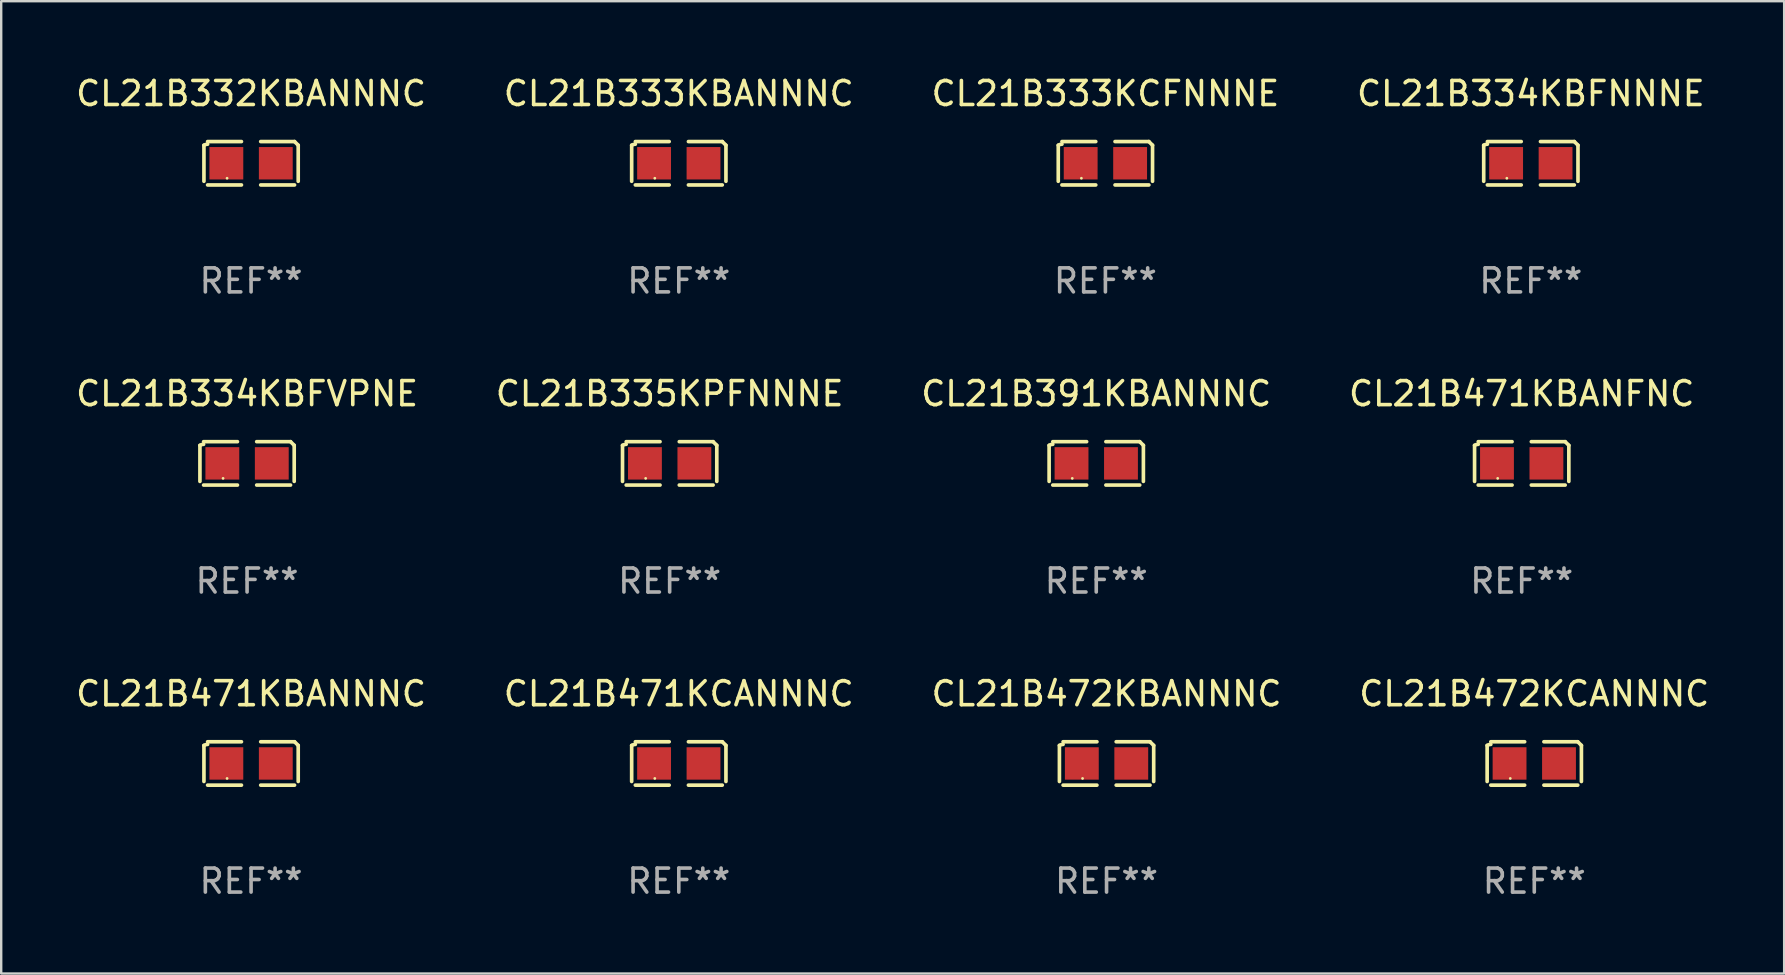
<source format=kicad_pcb>
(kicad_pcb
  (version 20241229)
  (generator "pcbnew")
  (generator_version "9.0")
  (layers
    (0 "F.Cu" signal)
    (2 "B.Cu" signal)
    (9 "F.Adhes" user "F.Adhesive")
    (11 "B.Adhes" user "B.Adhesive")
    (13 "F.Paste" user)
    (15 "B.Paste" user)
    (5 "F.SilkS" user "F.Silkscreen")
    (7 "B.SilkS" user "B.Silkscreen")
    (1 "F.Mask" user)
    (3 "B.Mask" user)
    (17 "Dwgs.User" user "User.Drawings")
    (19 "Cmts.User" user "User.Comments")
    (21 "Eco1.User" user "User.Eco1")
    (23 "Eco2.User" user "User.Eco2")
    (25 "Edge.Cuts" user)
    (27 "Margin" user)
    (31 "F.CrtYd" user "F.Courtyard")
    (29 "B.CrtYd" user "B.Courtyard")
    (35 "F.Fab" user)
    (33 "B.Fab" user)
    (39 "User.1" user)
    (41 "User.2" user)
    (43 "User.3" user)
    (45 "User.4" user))
  (footprint "CL21B471KBANFNC"
    (layer "F.Cu")
    (at 60.351 16.256)
    (property "Reference" "CL21B471KBANFNC" (at 0 -2.904 0) (layer "F.SilkS") (effects (font (size 1 1) (thickness 0.15))))
    (attr through_hole)
    (fp_line (start -1.964 0.751) (end -1.964 -0.751) (stroke (width 0.152) (type solid)) (layer "F.SilkS"))
    (fp_line (start -1.811 -0.904) (end -0.401 -0.904) (stroke (width 0.152) (type solid)) (layer "F.SilkS"))
    (fp_line (start -0.401 0.904) (end -1.811 0.904) (stroke (width 0.152) (type solid)) (layer "F.SilkS"))
    (fp_line (start 0.401 0.904) (end 1.811 0.904) (stroke (width 0.152) (type solid)) (layer "F.SilkS"))
    (fp_line (start 1.811 -0.904) (end 0.401 -0.904) (stroke (width 0.152) (type solid)) (layer "F.SilkS"))
    (fp_line (start 1.964 0.751) (end 1.964 -0.751) (stroke (width 0.152) (type solid)) (layer "F.SilkS"))
    (fp_arc (start -1.963602 -0.751207) (mid -1.890354 -0.783131) (end -1.811201 -0.794044) (stroke (width 0.1524) (type solid)) (layer "F.SilkS"))
    (fp_arc (start 1.811202 -0.903607) (mid 1.887413 -0.827418) (end 1.963602 -0.751207) (stroke (width 0.1524) (type solid)) (layer "F.SilkS"))
    (fp_circle (center -1 0.625) (end -0.97 0.625) (stroke (width 0.06) (type solid)) (fill no) (layer "F.SilkS"))
    (fp_text user "REF**" (at 0 4.904 0) (layer "F.Fab") (effects (font (size 1 1) (thickness 0.15))))
    (pad "1" smd rect (at -1.03 0) (size 1.41 1.35) (layers "F.Cu" "F.Mask" "F.Paste"))
    (pad "2" smd rect (at 1.03 0) (size 1.41 1.35) (layers "F.Cu" "F.Mask" "F.Paste")))
  (footprint "CL21B471KBANNNC"
    (layer "F.Cu")
    (at 7.411 28.759)
    (property "Reference" "CL21B471KBANNNC" (at 0 -2.904 0) (layer "F.SilkS") (effects (font (size 1 1) (thickness 0.15))))
    (attr through_hole)
    (fp_line (start -1.964 0.751) (end -1.964 -0.751) (stroke (width 0.152) (type solid)) (layer "F.SilkS"))
    (fp_line (start -1.811 -0.904) (end -0.401 -0.904) (stroke (width 0.152) (type solid)) (layer "F.SilkS"))
    (fp_line (start -0.401 0.904) (end -1.811 0.904) (stroke (width 0.152) (type solid)) (layer "F.SilkS"))
    (fp_line (start 0.401 0.904) (end 1.811 0.904) (stroke (width 0.152) (type solid)) (layer "F.SilkS"))
    (fp_line (start 1.811 -0.904) (end 0.401 -0.904) (stroke (width 0.152) (type solid)) (layer "F.SilkS"))
    (fp_line (start 1.964 0.751) (end 1.964 -0.751) (stroke (width 0.152) (type solid)) (layer "F.SilkS"))
    (fp_arc (start -1.963602 -0.751207) (mid -1.890354 -0.783131) (end -1.811201 -0.794044) (stroke (width 0.1524) (type solid)) (layer "F.SilkS"))
    (fp_arc (start 1.811202 -0.903607) (mid 1.887413 -0.827418) (end 1.963602 -0.751207) (stroke (width 0.1524) (type solid)) (layer "F.SilkS"))
    (fp_circle (center -1 0.625) (end -0.97 0.625) (stroke (width 0.06) (type solid)) (fill no) (layer "F.SilkS"))
    (fp_text user "REF**" (at 0 4.904 0) (layer "F.Fab") (effects (font (size 1 1) (thickness 0.15))))
    (pad "1" smd rect (at -1.03 0) (size 1.41 1.35) (layers "F.Cu" "F.Mask" "F.Paste"))
    (pad "2" smd rect (at 1.03 0) (size 1.41 1.35) (layers "F.Cu" "F.Mask" "F.Paste")))
  (footprint "CL21B335KPFNNNE"
    (layer "F.Cu")
    (at 24.851 16.256)
    (property "Reference" "CL21B335KPFNNNE" (at 0 -2.904 0) (layer "F.SilkS") (effects (font (size 1 1) (thickness 0.15))))
    (attr through_hole)
    (fp_line (start -1.964 0.751) (end -1.964 -0.751) (stroke (width 0.152) (type solid)) (layer "F.SilkS"))
    (fp_line (start -1.811 -0.904) (end -0.401 -0.904) (stroke (width 0.152) (type solid)) (layer "F.SilkS"))
    (fp_line (start -0.401 0.904) (end -1.811 0.904) (stroke (width 0.152) (type solid)) (layer "F.SilkS"))
    (fp_line (start 0.401 0.904) (end 1.811 0.904) (stroke (width 0.152) (type solid)) (layer "F.SilkS"))
    (fp_line (start 1.811 -0.904) (end 0.401 -0.904) (stroke (width 0.152) (type solid)) (layer "F.SilkS"))
    (fp_line (start 1.964 0.751) (end 1.964 -0.751) (stroke (width 0.152) (type solid)) (layer "F.SilkS"))
    (fp_arc (start -1.963602 -0.751207) (mid -1.890354 -0.783131) (end -1.811201 -0.794044) (stroke (width 0.1524) (type solid)) (layer "F.SilkS"))
    (fp_arc (start 1.811202 -0.903607) (mid 1.887413 -0.827418) (end 1.963602 -0.751207) (stroke (width 0.1524) (type solid)) (layer "F.SilkS"))
    (fp_circle (center -1 0.625) (end -0.97 0.625) (stroke (width 0.06) (type solid)) (fill no) (layer "F.SilkS"))
    (fp_text user "REF**" (at 0 4.904 0) (layer "F.Fab") (effects (font (size 1 1) (thickness 0.15))))
    (pad "1" smd rect (at -1.03 0) (size 1.41 1.35) (layers "F.Cu" "F.Mask" "F.Paste"))
    (pad "2" smd rect (at 1.03 0) (size 1.41 1.35) (layers "F.Cu" "F.Mask" "F.Paste")))
  (footprint "CL21B334KBFNNNE"
    (layer "F.Cu")
    (at 60.732 3.752)
    (property "Reference" "CL21B334KBFNNNE" (at 0 -2.904 0) (layer "F.SilkS") (effects (font (size 1 1) (thickness 0.15))))
    (attr through_hole)
    (fp_line (start -1.964 0.751) (end -1.964 -0.751) (stroke (width 0.152) (type solid)) (layer "F.SilkS"))
    (fp_line (start -1.811 -0.904) (end -0.401 -0.904) (stroke (width 0.152) (type solid)) (layer "F.SilkS"))
    (fp_line (start -0.401 0.904) (end -1.811 0.904) (stroke (width 0.152) (type solid)) (layer "F.SilkS"))
    (fp_line (start 0.401 0.904) (end 1.811 0.904) (stroke (width 0.152) (type solid)) (layer "F.SilkS"))
    (fp_line (start 1.811 -0.904) (end 0.401 -0.904) (stroke (width 0.152) (type solid)) (layer "F.SilkS"))
    (fp_line (start 1.964 0.751) (end 1.964 -0.751) (stroke (width 0.152) (type solid)) (layer "F.SilkS"))
    (fp_arc (start -1.963602 -0.751207) (mid -1.890354 -0.783131) (end -1.811201 -0.794044) (stroke (width 0.1524) (type solid)) (layer "F.SilkS"))
    (fp_arc (start 1.811202 -0.903607) (mid 1.887413 -0.827418) (end 1.963602 -0.751207) (stroke (width 0.1524) (type solid)) (layer "F.SilkS"))
    (fp_circle (center -1 0.625) (end -0.97 0.625) (stroke (width 0.06) (type solid)) (fill no) (layer "F.SilkS"))
    (fp_text user "REF**" (at 0 4.904 0) (layer "F.Fab") (effects (font (size 1 1) (thickness 0.15))))
    (pad "1" smd rect (at -1.03 0) (size 1.41 1.35) (layers "F.Cu" "F.Mask" "F.Paste"))
    (pad "2" smd rect (at 1.03 0) (size 1.41 1.35) (layers "F.Cu" "F.Mask" "F.Paste")))
  (footprint "CL21B332KBANNNC"
    (layer "F.Cu")
    (at 7.411 3.752)
    (property "Reference" "CL21B332KBANNNC" (at 0 -2.904 0) (layer "F.SilkS") (effects (font (size 1 1) (thickness 0.15))))
    (attr through_hole)
    (fp_line (start -1.964 0.751) (end -1.964 -0.751) (stroke (width 0.152) (type solid)) (layer "F.SilkS"))
    (fp_line (start -1.811 -0.904) (end -0.401 -0.904) (stroke (width 0.152) (type solid)) (layer "F.SilkS"))
    (fp_line (start -0.401 0.904) (end -1.811 0.904) (stroke (width 0.152) (type solid)) (layer "F.SilkS"))
    (fp_line (start 0.401 0.904) (end 1.811 0.904) (stroke (width 0.152) (type solid)) (layer "F.SilkS"))
    (fp_line (start 1.811 -0.904) (end 0.401 -0.904) (stroke (width 0.152) (type solid)) (layer "F.SilkS"))
    (fp_line (start 1.964 0.751) (end 1.964 -0.751) (stroke (width 0.152) (type solid)) (layer "F.SilkS"))
    (fp_arc (start -1.963602 -0.751207) (mid -1.890354 -0.783131) (end -1.811201 -0.794044) (stroke (width 0.1524) (type solid)) (layer "F.SilkS"))
    (fp_arc (start 1.811202 -0.903607) (mid 1.887413 -0.827418) (end 1.963602 -0.751207) (stroke (width 0.1524) (type solid)) (layer "F.SilkS"))
    (fp_circle (center -1 0.625) (end -0.97 0.625) (stroke (width 0.06) (type solid)) (fill no) (layer "F.SilkS"))
    (fp_text user "REF**" (at 0 4.904 0) (layer "F.Fab") (effects (font (size 1 1) (thickness 0.15))))
    (pad "1" smd rect (at -1.03 0) (size 1.41 1.35) (layers "F.Cu" "F.Mask" "F.Paste"))
    (pad "2" smd rect (at 1.03 0) (size 1.41 1.35) (layers "F.Cu" "F.Mask" "F.Paste")))
  (footprint "CL21B333KCFNNNE"
    (layer "F.Cu")
    (at 43.006 3.752)
    (property "Reference" "CL21B333KCFNNNE" (at 0 -2.904 0) (layer "F.SilkS") (effects (font (size 1 1) (thickness 0.15))))
    (attr through_hole)
    (fp_line (start -1.964 0.751) (end -1.964 -0.751) (stroke (width 0.152) (type solid)) (layer "F.SilkS"))
    (fp_line (start -1.811 -0.904) (end -0.401 -0.904) (stroke (width 0.152) (type solid)) (layer "F.SilkS"))
    (fp_line (start -0.401 0.904) (end -1.811 0.904) (stroke (width 0.152) (type solid)) (layer "F.SilkS"))
    (fp_line (start 0.401 0.904) (end 1.811 0.904) (stroke (width 0.152) (type solid)) (layer "F.SilkS"))
    (fp_line (start 1.811 -0.904) (end 0.401 -0.904) (stroke (width 0.152) (type solid)) (layer "F.SilkS"))
    (fp_line (start 1.964 0.751) (end 1.964 -0.751) (stroke (width 0.152) (type solid)) (layer "F.SilkS"))
    (fp_arc (start -1.963602 -0.751207) (mid -1.890354 -0.783131) (end -1.811201 -0.794044) (stroke (width 0.1524) (type solid)) (layer "F.SilkS"))
    (fp_arc (start 1.811202 -0.903607) (mid 1.887413 -0.827418) (end 1.963602 -0.751207) (stroke (width 0.1524) (type solid)) (layer "F.SilkS"))
    (fp_circle (center -1 0.625) (end -0.97 0.625) (stroke (width 0.06) (type solid)) (fill no) (layer "F.SilkS"))
    (fp_text user "REF**" (at 0 4.904 0) (layer "F.Fab") (effects (font (size 1 1) (thickness 0.15))))
    (pad "1" smd rect (at -1.03 0) (size 1.41 1.35) (layers "F.Cu" "F.Mask" "F.Paste"))
    (pad "2" smd rect (at 1.03 0) (size 1.41 1.35) (layers "F.Cu" "F.Mask" "F.Paste")))
  (footprint "CL21B472KBANNNC"
    (layer "F.Cu")
    (at 43.054 28.759)
    (property "Reference" "CL21B472KBANNNC" (at 0 -2.904 0) (layer "F.SilkS") (effects (font (size 1 1) (thickness 0.15))))
    (attr through_hole)
    (fp_line (start -1.964 0.751) (end -1.964 -0.751) (stroke (width 0.152) (type solid)) (layer "F.SilkS"))
    (fp_line (start -1.811 -0.904) (end -0.401 -0.904) (stroke (width 0.152) (type solid)) (layer "F.SilkS"))
    (fp_line (start -0.401 0.904) (end -1.811 0.904) (stroke (width 0.152) (type solid)) (layer "F.SilkS"))
    (fp_line (start 0.401 0.904) (end 1.811 0.904) (stroke (width 0.152) (type solid)) (layer "F.SilkS"))
    (fp_line (start 1.811 -0.904) (end 0.401 -0.904) (stroke (width 0.152) (type solid)) (layer "F.SilkS"))
    (fp_line (start 1.964 0.751) (end 1.964 -0.751) (stroke (width 0.152) (type solid)) (layer "F.SilkS"))
    (fp_arc (start -1.963602 -0.751207) (mid -1.890354 -0.783131) (end -1.811201 -0.794044) (stroke (width 0.1524) (type solid)) (layer "F.SilkS"))
    (fp_arc (start 1.811202 -0.903607) (mid 1.887413 -0.827418) (end 1.963602 -0.751207) (stroke (width 0.1524) (type solid)) (layer "F.SilkS"))
    (fp_circle (center -1 0.625) (end -0.97 0.625) (stroke (width 0.06) (type solid)) (fill no) (layer "F.SilkS"))
    (fp_text user "REF**" (at 0 4.904 0) (layer "F.Fab") (effects (font (size 1 1) (thickness 0.15))))
    (pad "1" smd rect (at -1.03 0) (size 1.41 1.35) (layers "F.Cu" "F.Mask" "F.Paste"))
    (pad "2" smd rect (at 1.03 0) (size 1.41 1.35) (layers "F.Cu" "F.Mask" "F.Paste")))
  (footprint "CL21B334KBFVPNE"
    (layer "F.Cu")
    (at 7.244 16.256)
    (property "Reference" "CL21B334KBFVPNE" (at 0 -2.904 0) (layer "F.SilkS") (effects (font (size 1 1) (thickness 0.15))))
    (attr through_hole)
    (fp_line (start -1.964 0.751) (end -1.964 -0.751) (stroke (width 0.152) (type solid)) (layer "F.SilkS"))
    (fp_line (start -1.811 -0.904) (end -0.401 -0.904) (stroke (width 0.152) (type solid)) (layer "F.SilkS"))
    (fp_line (start -0.401 0.904) (end -1.811 0.904) (stroke (width 0.152) (type solid)) (layer "F.SilkS"))
    (fp_line (start 0.401 0.904) (end 1.811 0.904) (stroke (width 0.152) (type solid)) (layer "F.SilkS"))
    (fp_line (start 1.811 -0.904) (end 0.401 -0.904) (stroke (width 0.152) (type solid)) (layer "F.SilkS"))
    (fp_line (start 1.964 0.751) (end 1.964 -0.751) (stroke (width 0.152) (type solid)) (layer "F.SilkS"))
    (fp_arc (start -1.963602 -0.751207) (mid -1.890354 -0.783131) (end -1.811201 -0.794044) (stroke (width 0.1524) (type solid)) (layer "F.SilkS"))
    (fp_arc (start 1.811202 -0.903607) (mid 1.887413 -0.827418) (end 1.963602 -0.751207) (stroke (width 0.1524) (type solid)) (layer "F.SilkS"))
    (fp_circle (center -1 0.625) (end -0.97 0.625) (stroke (width 0.06) (type solid)) (fill no) (layer "F.SilkS"))
    (fp_text user "REF**" (at 0 4.904 0) (layer "F.Fab") (effects (font (size 1 1) (thickness 0.15))))
    (pad "1" smd rect (at -1.03 0) (size 1.41 1.35) (layers "F.Cu" "F.Mask" "F.Paste"))
    (pad "2" smd rect (at 1.03 0) (size 1.41 1.35) (layers "F.Cu" "F.Mask" "F.Paste")))
  (footprint "CL21B472KCANNNC"
    (layer "F.Cu")
    (at 60.875 28.759)
    (property "Reference" "CL21B472KCANNNC" (at 0 -2.904 0) (layer "F.SilkS") (effects (font (size 1 1) (thickness 0.15))))
    (attr through_hole)
    (fp_line (start -1.964 0.751) (end -1.964 -0.751) (stroke (width 0.152) (type solid)) (layer "F.SilkS"))
    (fp_line (start -1.811 -0.904) (end -0.401 -0.904) (stroke (width 0.152) (type solid)) (layer "F.SilkS"))
    (fp_line (start -0.401 0.904) (end -1.811 0.904) (stroke (width 0.152) (type solid)) (layer "F.SilkS"))
    (fp_line (start 0.401 0.904) (end 1.811 0.904) (stroke (width 0.152) (type solid)) (layer "F.SilkS"))
    (fp_line (start 1.811 -0.904) (end 0.401 -0.904) (stroke (width 0.152) (type solid)) (layer "F.SilkS"))
    (fp_line (start 1.964 0.751) (end 1.964 -0.751) (stroke (width 0.152) (type solid)) (layer "F.SilkS"))
    (fp_arc (start -1.963602 -0.751207) (mid -1.890354 -0.783131) (end -1.811201 -0.794044) (stroke (width 0.1524) (type solid)) (layer "F.SilkS"))
    (fp_arc (start 1.811202 -0.903607) (mid 1.887413 -0.827418) (end 1.963602 -0.751207) (stroke (width 0.1524) (type solid)) (layer "F.SilkS"))
    (fp_circle (center -1 0.625) (end -0.97 0.625) (stroke (width 0.06) (type solid)) (fill no) (layer "F.SilkS"))
    (fp_text user "REF**" (at 0 4.904 0) (layer "F.Fab") (effects (font (size 1 1) (thickness 0.15))))
    (pad "1" smd rect (at -1.03 0) (size 1.41 1.35) (layers "F.Cu" "F.Mask" "F.Paste"))
    (pad "2" smd rect (at 1.03 0) (size 1.41 1.35) (layers "F.Cu" "F.Mask" "F.Paste")))
  (footprint "CL21B391KBANNNC"
    (layer "F.Cu")
    (at 42.625 16.256)
    (property "Reference" "CL21B391KBANNNC" (at 0 -2.904 0) (layer "F.SilkS") (effects (font (size 1 1) (thickness 0.15))))
    (attr through_hole)
    (fp_line (start -1.964 0.751) (end -1.964 -0.751) (stroke (width 0.152) (type solid)) (layer "F.SilkS"))
    (fp_line (start -1.811 -0.904) (end -0.401 -0.904) (stroke (width 0.152) (type solid)) (layer "F.SilkS"))
    (fp_line (start -0.401 0.904) (end -1.811 0.904) (stroke (width 0.152) (type solid)) (layer "F.SilkS"))
    (fp_line (start 0.401 0.904) (end 1.811 0.904) (stroke (width 0.152) (type solid)) (layer "F.SilkS"))
    (fp_line (start 1.811 -0.904) (end 0.401 -0.904) (stroke (width 0.152) (type solid)) (layer "F.SilkS"))
    (fp_line (start 1.964 0.751) (end 1.964 -0.751) (stroke (width 0.152) (type solid)) (layer "F.SilkS"))
    (fp_arc (start -1.963602 -0.751207) (mid -1.890354 -0.783131) (end -1.811201 -0.794044) (stroke (width 0.1524) (type solid)) (layer "F.SilkS"))
    (fp_arc (start 1.811202 -0.903607) (mid 1.887413 -0.827418) (end 1.963602 -0.751207) (stroke (width 0.1524) (type solid)) (layer "F.SilkS"))
    (fp_circle (center -1 0.625) (end -0.97 0.625) (stroke (width 0.06) (type solid)) (fill no) (layer "F.SilkS"))
    (fp_text user "REF**" (at 0 4.904 0) (layer "F.Fab") (effects (font (size 1 1) (thickness 0.15))))
    (pad "1" smd rect (at -1.03 0) (size 1.41 1.35) (layers "F.Cu" "F.Mask" "F.Paste"))
    (pad "2" smd rect (at 1.03 0) (size 1.41 1.35) (layers "F.Cu" "F.Mask" "F.Paste")))
  (footprint "CL21B333KBANNNC"
    (layer "F.Cu")
    (at 25.232 3.752)
    (property "Reference" "CL21B333KBANNNC" (at 0 -2.904 0) (layer "F.SilkS") (effects (font (size 1 1) (thickness 0.15))))
    (attr through_hole)
    (fp_line (start -1.964 0.751) (end -1.964 -0.751) (stroke (width 0.152) (type solid)) (layer "F.SilkS"))
    (fp_line (start -1.811 -0.904) (end -0.401 -0.904) (stroke (width 0.152) (type solid)) (layer "F.SilkS"))
    (fp_line (start -0.401 0.904) (end -1.811 0.904) (stroke (width 0.152) (type solid)) (layer "F.SilkS"))
    (fp_line (start 0.401 0.904) (end 1.811 0.904) (stroke (width 0.152) (type solid)) (layer "F.SilkS"))
    (fp_line (start 1.811 -0.904) (end 0.401 -0.904) (stroke (width 0.152) (type solid)) (layer "F.SilkS"))
    (fp_line (start 1.964 0.751) (end 1.964 -0.751) (stroke (width 0.152) (type solid)) (layer "F.SilkS"))
    (fp_arc (start -1.963602 -0.751207) (mid -1.890354 -0.783131) (end -1.811201 -0.794044) (stroke (width 0.1524) (type solid)) (layer "F.SilkS"))
    (fp_arc (start 1.811202 -0.903607) (mid 1.887413 -0.827418) (end 1.963602 -0.751207) (stroke (width 0.1524) (type solid)) (layer "F.SilkS"))
    (fp_circle (center -1 0.625) (end -0.97 0.625) (stroke (width 0.06) (type solid)) (fill no) (layer "F.SilkS"))
    (fp_text user "REF**" (at 0 4.904 0) (layer "F.Fab") (effects (font (size 1 1) (thickness 0.15))))
    (pad "1" smd rect (at -1.03 0) (size 1.41 1.35) (layers "F.Cu" "F.Mask" "F.Paste"))
    (pad "2" smd rect (at 1.03 0) (size 1.41 1.35) (layers "F.Cu" "F.Mask" "F.Paste")))
  (footprint "CL21B471KCANNNC"
    (layer "F.Cu")
    (at 25.232 28.759)
    (property "Reference" "CL21B471KCANNNC" (at 0 -2.904 0) (layer "F.SilkS") (effects (font (size 1 1) (thickness 0.15))))
    (attr through_hole)
    (fp_line (start -1.964 0.751) (end -1.964 -0.751) (stroke (width 0.152) (type solid)) (layer "F.SilkS"))
    (fp_line (start -1.811 -0.904) (end -0.401 -0.904) (stroke (width 0.152) (type solid)) (layer "F.SilkS"))
    (fp_line (start -0.401 0.904) (end -1.811 0.904) (stroke (width 0.152) (type solid)) (layer "F.SilkS"))
    (fp_line (start 0.401 0.904) (end 1.811 0.904) (stroke (width 0.152) (type solid)) (layer "F.SilkS"))
    (fp_line (start 1.811 -0.904) (end 0.401 -0.904) (stroke (width 0.152) (type solid)) (layer "F.SilkS"))
    (fp_line (start 1.964 0.751) (end 1.964 -0.751) (stroke (width 0.152) (type solid)) (layer "F.SilkS"))
    (fp_arc (start -1.963602 -0.751207) (mid -1.890354 -0.783131) (end -1.811201 -0.794044) (stroke (width 0.1524) (type solid)) (layer "F.SilkS"))
    (fp_arc (start 1.811202 -0.903607) (mid 1.887413 -0.827418) (end 1.963602 -0.751207) (stroke (width 0.1524) (type solid)) (layer "F.SilkS"))
    (fp_circle (center -1 0.625) (end -0.97 0.625) (stroke (width 0.06) (type solid)) (fill no) (layer "F.SilkS"))
    (fp_text user "REF**" (at 0 4.904 0) (layer "F.Fab") (effects (font (size 1 1) (thickness 0.15))))
    (pad "1" smd rect (at -1.03 0) (size 1.41 1.35) (layers "F.Cu" "F.Mask" "F.Paste"))
    (pad "2" smd rect (at 1.03 0) (size 1.41 1.35) (layers "F.Cu" "F.Mask" "F.Paste")))
  (gr_rect
    (start -3 -3)
    (end 71.286 37.511)
    (stroke (width 0.1) (type default))
    (fill no)
    (layer "Edge.Cuts")))
</source>
